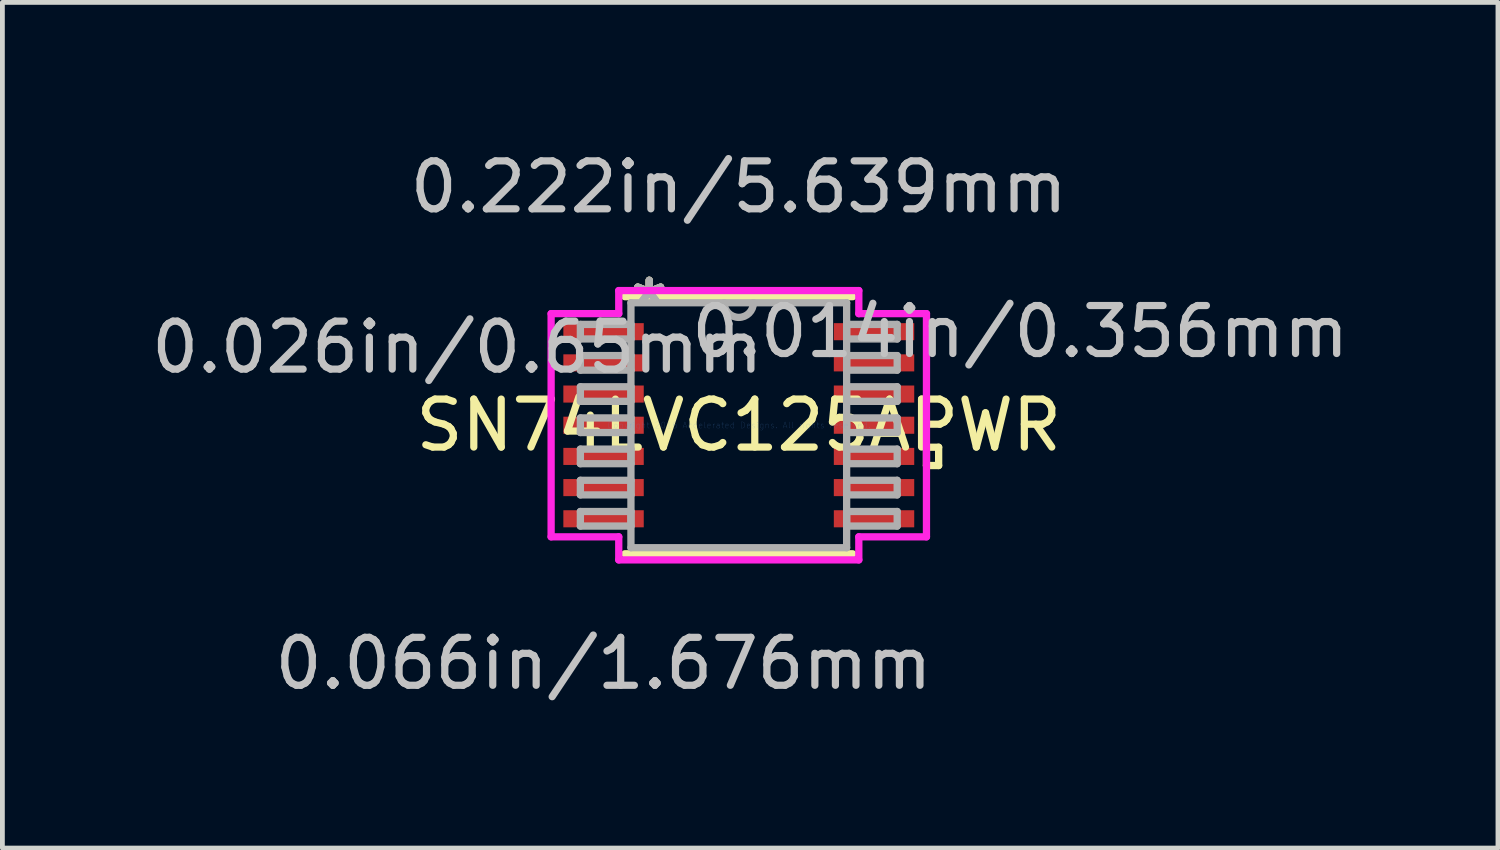
<source format=kicad_pcb>
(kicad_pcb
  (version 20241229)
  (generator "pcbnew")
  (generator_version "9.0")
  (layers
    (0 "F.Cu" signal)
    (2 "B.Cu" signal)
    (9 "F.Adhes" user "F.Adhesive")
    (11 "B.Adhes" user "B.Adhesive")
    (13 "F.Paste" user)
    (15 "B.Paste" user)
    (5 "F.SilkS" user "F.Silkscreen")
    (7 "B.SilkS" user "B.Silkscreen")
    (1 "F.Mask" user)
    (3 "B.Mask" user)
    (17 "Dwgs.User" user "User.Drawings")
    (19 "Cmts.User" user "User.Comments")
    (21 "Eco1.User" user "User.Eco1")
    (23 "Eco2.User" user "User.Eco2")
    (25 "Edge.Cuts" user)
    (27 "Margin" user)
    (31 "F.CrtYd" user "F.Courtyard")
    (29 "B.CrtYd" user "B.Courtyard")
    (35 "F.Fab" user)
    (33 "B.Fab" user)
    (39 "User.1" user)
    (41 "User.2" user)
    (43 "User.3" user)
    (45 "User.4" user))
  (footprint "SN74LVC125APWR"
    (layer "F.Cu")
    (at 12.35 5.814)
    (property "Reference" "SN74LVC125APWR" (at 0 0 0) (layer "F.SilkS") (effects (font (size 1 1) (thickness 0.15))))
    (attr through_hole)
    (fp_line (start -2.375 2.68) (end 2.375 2.68) (stroke (width 0.152) (type solid)) (layer "F.SilkS"))
    (fp_line (start 2.375 -2.68) (end -2.375 -2.68) (stroke (width 0.152) (type solid)) (layer "F.SilkS"))
    (fp_line (start 3.912 0.459) (end 4.166 0.459) (stroke (width 0.152) (type solid)) (layer "F.SilkS"))
    (fp_line (start 3.912 0.84) (end 3.912 0.459) (stroke (width 0.152) (type solid)) (layer "F.SilkS"))
    (fp_line (start 4.166 0.459) (end 4.166 0.84) (stroke (width 0.152) (type solid)) (layer "F.SilkS"))
    (fp_line (start 4.166 0.84) (end 3.912 0.84) (stroke (width 0.152) (type solid)) (layer "F.SilkS"))
    (fp_line (start -3.912 -2.326) (end -2.502 -2.326) (stroke (width 0.152) (type solid)) (layer "F.CrtYd"))
    (fp_line (start -3.912 2.326) (end -3.912 -2.326) (stroke (width 0.152) (type solid)) (layer "F.CrtYd"))
    (fp_line (start -2.502 -2.807) (end 2.502 -2.807) (stroke (width 0.152) (type solid)) (layer "F.CrtYd"))
    (fp_line (start -2.502 -2.326) (end -2.502 -2.807) (stroke (width 0.152) (type solid)) (layer "F.CrtYd"))
    (fp_line (start -2.502 2.326) (end -3.912 2.326) (stroke (width 0.152) (type solid)) (layer "F.CrtYd"))
    (fp_line (start -2.502 2.807) (end -2.502 2.326) (stroke (width 0.152) (type solid)) (layer "F.CrtYd"))
    (fp_line (start 2.502 -2.807) (end 2.502 -2.326) (stroke (width 0.152) (type solid)) (layer "F.CrtYd"))
    (fp_line (start 2.502 -2.326) (end 3.912 -2.326) (stroke (width 0.152) (type solid)) (layer "F.CrtYd"))
    (fp_line (start 2.502 2.326) (end 2.502 2.807) (stroke (width 0.152) (type solid)) (layer "F.CrtYd"))
    (fp_line (start 2.502 2.807) (end -2.502 2.807) (stroke (width 0.152) (type solid)) (layer "F.CrtYd"))
    (fp_line (start 3.912 -2.326) (end 3.912 2.326) (stroke (width 0.152) (type solid)) (layer "F.CrtYd"))
    (fp_line (start 3.912 2.326) (end 2.502 2.326) (stroke (width 0.152) (type solid)) (layer "F.CrtYd"))
    (fp_line (start -3.302 -2.102) (end -3.302 -1.798) (stroke (width 0.152) (type solid)) (layer "F.Fab"))
    (fp_line (start -3.302 -1.798) (end -2.248 -1.798) (stroke (width 0.152) (type solid)) (layer "F.Fab"))
    (fp_line (start -3.302 -1.452) (end -3.302 -1.148) (stroke (width 0.152) (type solid)) (layer "F.Fab"))
    (fp_line (start -3.302 -1.148) (end -2.248 -1.148) (stroke (width 0.152) (type solid)) (layer "F.Fab"))
    (fp_line (start -3.302 -0.802) (end -3.302 -0.498) (stroke (width 0.152) (type solid)) (layer "F.Fab"))
    (fp_line (start -3.302 -0.498) (end -2.248 -0.498) (stroke (width 0.152) (type solid)) (layer "F.Fab"))
    (fp_line (start -3.302 -0.152) (end -3.302 0.152) (stroke (width 0.152) (type solid)) (layer "F.Fab"))
    (fp_line (start -3.302 0.152) (end -2.248 0.152) (stroke (width 0.152) (type solid)) (layer "F.Fab"))
    (fp_line (start -3.302 0.498) (end -3.302 0.802) (stroke (width 0.152) (type solid)) (layer "F.Fab"))
    (fp_line (start -3.302 0.802) (end -2.248 0.802) (stroke (width 0.152) (type solid)) (layer "F.Fab"))
    (fp_line (start -3.302 1.148) (end -3.302 1.452) (stroke (width 0.152) (type solid)) (layer "F.Fab"))
    (fp_line (start -3.302 1.452) (end -2.248 1.452) (stroke (width 0.152) (type solid)) (layer "F.Fab"))
    (fp_line (start -3.302 1.798) (end -3.302 2.102) (stroke (width 0.152) (type solid)) (layer "F.Fab"))
    (fp_line (start -3.302 2.102) (end -2.248 2.102) (stroke (width 0.152) (type solid)) (layer "F.Fab"))
    (fp_line (start -2.248 -2.553) (end -2.248 2.553) (stroke (width 0.152) (type solid)) (layer "F.Fab"))
    (fp_line (start -2.248 -2.102) (end -3.302 -2.102) (stroke (width 0.152) (type solid)) (layer "F.Fab"))
    (fp_line (start -2.248 -1.798) (end -2.248 -2.102) (stroke (width 0.152) (type solid)) (layer "F.Fab"))
    (fp_line (start -2.248 -1.452) (end -3.302 -1.452) (stroke (width 0.152) (type solid)) (layer "F.Fab"))
    (fp_line (start -2.248 -1.148) (end -2.248 -1.452) (stroke (width 0.152) (type solid)) (layer "F.Fab"))
    (fp_line (start -2.248 -0.802) (end -3.302 -0.802) (stroke (width 0.152) (type solid)) (layer "F.Fab"))
    (fp_line (start -2.248 -0.498) (end -2.248 -0.802) (stroke (width 0.152) (type solid)) (layer "F.Fab"))
    (fp_line (start -2.248 -0.152) (end -3.302 -0.152) (stroke (width 0.152) (type solid)) (layer "F.Fab"))
    (fp_line (start -2.248 0.152) (end -2.248 -0.152) (stroke (width 0.152) (type solid)) (layer "F.Fab"))
    (fp_line (start -2.248 0.498) (end -3.302 0.498) (stroke (width 0.152) (type solid)) (layer "F.Fab"))
    (fp_line (start -2.248 0.802) (end -2.248 0.498) (stroke (width 0.152) (type solid)) (layer "F.Fab"))
    (fp_line (start -2.248 1.148) (end -3.302 1.148) (stroke (width 0.152) (type solid)) (layer "F.Fab"))
    (fp_line (start -2.248 1.452) (end -2.248 1.148) (stroke (width 0.152) (type solid)) (layer "F.Fab"))
    (fp_line (start -2.248 1.798) (end -3.302 1.798) (stroke (width 0.152) (type solid)) (layer "F.Fab"))
    (fp_line (start -2.248 2.102) (end -2.248 1.798) (stroke (width 0.152) (type solid)) (layer "F.Fab"))
    (fp_line (start -2.248 2.553) (end 2.248 2.553) (stroke (width 0.152) (type solid)) (layer "F.Fab"))
    (fp_line (start 2.248 -2.553) (end -2.248 -2.553) (stroke (width 0.152) (type solid)) (layer "F.Fab"))
    (fp_line (start 2.248 -2.102) (end 2.248 -1.798) (stroke (width 0.152) (type solid)) (layer "F.Fab"))
    (fp_line (start 2.248 -1.798) (end 3.302 -1.798) (stroke (width 0.152) (type solid)) (layer "F.Fab"))
    (fp_line (start 2.248 -1.452) (end 2.248 -1.148) (stroke (width 0.152) (type solid)) (layer "F.Fab"))
    (fp_line (start 2.248 -1.148) (end 3.302 -1.148) (stroke (width 0.152) (type solid)) (layer "F.Fab"))
    (fp_line (start 2.248 -0.802) (end 2.248 -0.498) (stroke (width 0.152) (type solid)) (layer "F.Fab"))
    (fp_line (start 2.248 -0.498) (end 3.302 -0.498) (stroke (width 0.152) (type solid)) (layer "F.Fab"))
    (fp_line (start 2.248 -0.152) (end 2.248 0.152) (stroke (width 0.152) (type solid)) (layer "F.Fab"))
    (fp_line (start 2.248 0.152) (end 3.302 0.152) (stroke (width 0.152) (type solid)) (layer "F.Fab"))
    (fp_line (start 2.248 0.498) (end 2.248 0.802) (stroke (width 0.152) (type solid)) (layer "F.Fab"))
    (fp_line (start 2.248 0.802) (end 3.302 0.802) (stroke (width 0.152) (type solid)) (layer "F.Fab"))
    (fp_line (start 2.248 1.148) (end 2.248 1.452) (stroke (width 0.152) (type solid)) (layer "F.Fab"))
    (fp_line (start 2.248 1.452) (end 3.302 1.452) (stroke (width 0.152) (type solid)) (layer "F.Fab"))
    (fp_line (start 2.248 1.798) (end 2.248 2.102) (stroke (width 0.152) (type solid)) (layer "F.Fab"))
    (fp_line (start 2.248 2.102) (end 3.302 2.102) (stroke (width 0.152) (type solid)) (layer "F.Fab"))
    (fp_line (start 2.248 2.553) (end 2.248 -2.553) (stroke (width 0.152) (type solid)) (layer "F.Fab"))
    (fp_line (start 3.302 -2.102) (end 2.248 -2.102) (stroke (width 0.152) (type solid)) (layer "F.Fab"))
    (fp_line (start 3.302 -1.798) (end 3.302 -2.102) (stroke (width 0.152) (type solid)) (layer "F.Fab"))
    (fp_line (start 3.302 -1.452) (end 2.248 -1.452) (stroke (width 0.152) (type solid)) (layer "F.Fab"))
    (fp_line (start 3.302 -1.148) (end 3.302 -1.452) (stroke (width 0.152) (type solid)) (layer "F.Fab"))
    (fp_line (start 3.302 -0.802) (end 2.248 -0.802) (stroke (width 0.152) (type solid)) (layer "F.Fab"))
    (fp_line (start 3.302 -0.498) (end 3.302 -0.802) (stroke (width 0.152) (type solid)) (layer "F.Fab"))
    (fp_line (start 3.302 -0.152) (end 2.248 -0.152) (stroke (width 0.152) (type solid)) (layer "F.Fab"))
    (fp_line (start 3.302 0.152) (end 3.302 -0.152) (stroke (width 0.152) (type solid)) (layer "F.Fab"))
    (fp_line (start 3.302 0.498) (end 2.248 0.498) (stroke (width 0.152) (type solid)) (layer "F.Fab"))
    (fp_line (start 3.302 0.802) (end 3.302 0.498) (stroke (width 0.152) (type solid)) (layer "F.Fab"))
    (fp_line (start 3.302 1.148) (end 2.248 1.148) (stroke (width 0.152) (type solid)) (layer "F.Fab"))
    (fp_line (start 3.302 1.452) (end 3.302 1.148) (stroke (width 0.152) (type solid)) (layer "F.Fab"))
    (fp_line (start 3.302 1.798) (end 2.248 1.798) (stroke (width 0.152) (type solid)) (layer "F.Fab"))
    (fp_line (start 3.302 2.102) (end 3.302 1.798) (stroke (width 0.152) (type solid)) (layer "F.Fab"))
    (fp_arc (start 0.3048 -2.5527) (mid 0 -2.2479) (end -0.3048 -2.5527) (stroke (width 0.1524) (type solid)) (layer "F.Fab"))
    (fp_text user "*" (at -1.867 -2.477 0) (layer "F.SilkS") (effects (font (size 1 1) (thickness 0.15))))
    (fp_text user "*" (at -1.867 -2.477 0) (layer "F.SilkS") (effects (font (size 1 1) (thickness 0.15))))
    (fp_text user "0.222in/5.639mm" (at 0 -4.966 0) (layer "Dwgs.User") (effects (font (size 1 1) (thickness 0.15))))
    (fp_text user "0.014in/0.356mm" (at 5.867 -1.95 0) (layer "Dwgs.User") (effects (font (size 1 1) (thickness 0.15))))
    (fp_text user "0.066in/1.676mm" (at -2.819 4.966 0) (layer "Dwgs.User") (effects (font (size 1 1) (thickness 0.15))))
    (fp_text user "0.026in/0.65mm" (at -5.867 -1.625 0) (layer "Dwgs.User") (effects (font (size 1 1) (thickness 0.15))))
    (fp_text user "Copyright 2016 Accelerated Designs. All rights reserved." (at 0 0 0) (layer "Cmts.User") (effects (font (size 0.127 0.127) (thickness 0.002))))
    (fp_text user "*" (at -1.867 -2.477 0) (layer "F.Fab") (effects (font (size 1 1) (thickness 0.15))))
    (fp_text user "*" (at -1.867 -2.477 0) (layer "F.Fab") (effects (font (size 1 1) (thickness 0.15))))
    (pad "1" smd rect (at -2.819 -1.95) (size 1.676 0.356) (layers "F.Cu" "F.Mask" "F.Paste"))
    (pad "2" smd rect (at -2.819 -1.3) (size 1.676 0.356) (layers "F.Cu" "F.Mask" "F.Paste"))
    (pad "3" smd rect (at -2.819 -0.65) (size 1.676 0.356) (layers "F.Cu" "F.Mask" "F.Paste"))
    (pad "4" smd rect (at -2.819 0) (size 1.676 0.356) (layers "F.Cu" "F.Mask" "F.Paste"))
    (pad "5" smd rect (at -2.819 0.65) (size 1.676 0.356) (layers "F.Cu" "F.Mask" "F.Paste"))
    (pad "6" smd rect (at -2.819 1.3) (size 1.676 0.356) (layers "F.Cu" "F.Mask" "F.Paste"))
    (pad "7" smd rect (at -2.819 1.95) (size 1.676 0.356) (layers "F.Cu" "F.Mask" "F.Paste"))
    (pad "8" smd rect (at 2.819 1.95) (size 1.676 0.356) (layers "F.Cu" "F.Mask" "F.Paste"))
    (pad "9" smd rect (at 2.819 1.3) (size 1.676 0.356) (layers "F.Cu" "F.Mask" "F.Paste"))
    (pad "10" smd rect (at 2.819 0.65) (size 1.676 0.356) (layers "F.Cu" "F.Mask" "F.Paste"))
    (pad "11" smd rect (at 2.819 0) (size 1.676 0.356) (layers "F.Cu" "F.Mask" "F.Paste"))
    (pad "12" smd rect (at 2.819 -0.65) (size 1.676 0.356) (layers "F.Cu" "F.Mask" "F.Paste"))
    (pad "13" smd rect (at 2.819 -1.3) (size 1.676 0.356) (layers "F.Cu" "F.Mask" "F.Paste"))
    (pad "14" smd rect (at 2.819 -1.95) (size 1.676 0.356) (layers "F.Cu" "F.Mask" "F.Paste")))
  (gr_rect
    (start -3 -3)
    (end 28.175 14.628)
    (stroke (width 0.1) (type default))
    (fill no)
    (layer "Edge.Cuts")))
</source>
